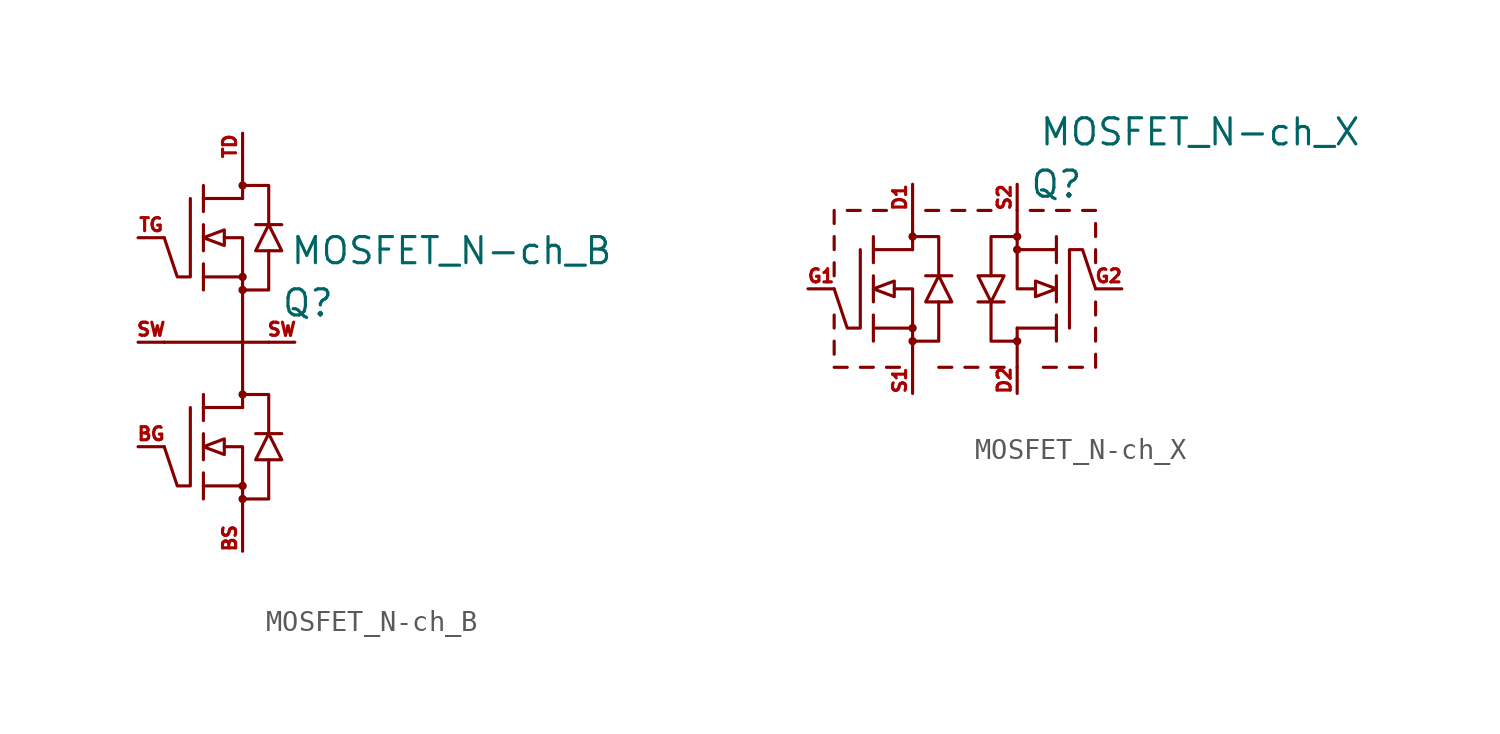
<source format=kicad_sym>
(kicad_symbol_lib
  (version 20211014)
  (generator kicad_symbol_editor)
  (symbol "MOSFET_N-ch_B"
    (pin_names hide)
    (property "Reference" "Q"
      (at 3.175 1.905 0)
      (effects (font (size 1.27 1.27))))
    (property "Value" "MOSFET_N-ch_B"
      (at 10.16 4.445 0)
      (effects (font (size 1.27 1.27))))
    (symbol "MOSFET_N-ch_B_0_1"
      (circle (center 0 -7.62) (radius 0.127) (stroke (width 0) (type default) (color 0 0 0 0)) (fill (type outline)))
      (circle (center 0 -6.985) (radius 0.127) (stroke (width 0) (type default) (color 0 0 0 0)) (fill (type outline)))
      (circle (center 0 -2.54) (radius 0.127) (stroke (width 0) (type default) (color 0 0 0 0)) (fill (type outline)))
      (polyline (pts (xy -3.81 0) (xy 0 0)) (stroke (width 0) (type default) (color 0 0 0 0)) (fill (type none)))
      (polyline (pts (xy -1.905 -6.985) (xy 0 -6.985)) (stroke (width 0) (type default) (color 0 0 0 0)) (fill (type none)))
      (polyline (pts (xy -1.905 -6.35) (xy -1.905 -7.62)) (stroke (width 0) (type default) (color 0 0 0 0)) (fill (type none)))
      (polyline (pts (xy -1.905 -4.445) (xy -1.905 -5.715)) (stroke (width 0) (type default) (color 0 0 0 0)) (fill (type none)))
      (polyline (pts (xy -1.905 -3.175) (xy 0 -3.175)) (stroke (width 0) (type default) (color 0 0 0 0)) (fill (type none)))
      (polyline (pts (xy -1.905 -2.54) (xy -1.905 -3.81)) (stroke (width 0) (type default) (color 0 0 0 0)) (fill (type none)))
      (polyline (pts (xy -1.905 3.175) (xy 0 3.175)) (stroke (width 0) (type default) (color 0 0 0 0)) (fill (type none)))
      (polyline (pts (xy -1.905 3.81) (xy -1.905 2.54)) (stroke (width 0) (type default) (color 0 0 0 0)) (fill (type none)))
      (polyline (pts (xy -1.905 5.715) (xy -1.905 4.445)) (stroke (width 0) (type default) (color 0 0 0 0)) (fill (type none)))
      (polyline (pts (xy -1.905 6.985) (xy 0 6.985)) (stroke (width 0) (type default) (color 0 0 0 0)) (fill (type none)))
      (polyline (pts (xy -1.905 7.62) (xy -1.905 6.35)) (stroke (width 0) (type default) (color 0 0 0 0)) (fill (type none)))
      (polyline (pts (xy 0 -6.985) (xy 0 -8.89)) (stroke (width 0) (type default) (color 0 0 0 0)) (fill (type none)))
      (polyline (pts (xy 0 -3.175) (xy 0 0)) (stroke (width 0) (type default) (color 0 0 0 0)) (fill (type none)))
      (polyline (pts (xy 0 3.175) (xy 0 0)) (stroke (width 0) (type default) (color 0 0 0 0)) (fill (type none)))
      (polyline (pts (xy 0 8.89) (xy 0 6.985)) (stroke (width 0) (type default) (color 0 0 0 0)) (fill (type none)))
      (polyline (pts (xy 0.635 -4.445) (xy 1.905 -4.445)) (stroke (width 0) (type default) (color 0 0 0 0)) (fill (type none)))
      (polyline (pts (xy 0.635 5.715) (xy 1.905 5.715)) (stroke (width 0) (type default) (color 0 0 0 0)) (fill (type none)))
      (polyline (pts (xy 1.27 0) (xy 0 0)) (stroke (width 0) (type default) (color 0 0 0 0)) (fill (type none)))
      (polyline (pts (xy -0.889 -5.08) (xy 0 -5.08) (xy 0 -6.985)) (stroke (width 0) (type default) (color 0 0 0 0)) (fill (type none)))
      (polyline (pts (xy -0.889 5.08) (xy 0 5.08) (xy 0 3.175)) (stroke (width 0) (type default) (color 0 0 0 0)) (fill (type none)))
      (polyline (pts (xy 0 -7.62) (xy 1.27 -7.62) (xy 1.27 -5.715)) (stroke (width 0) (type default) (color 0 0 0 0)) (fill (type none)))
      (polyline (pts (xy 0 -2.54) (xy 1.27 -2.54) (xy 1.27 -4.445)) (stroke (width 0) (type default) (color 0 0 0 0)) (fill (type none)))
      (polyline (pts (xy 0 2.54) (xy 1.27 2.54) (xy 1.27 4.445)) (stroke (width 0) (type default) (color 0 0 0 0)) (fill (type none)))
      (polyline (pts (xy 0 7.62) (xy 1.27 7.62) (xy 1.27 5.715)) (stroke (width 0) (type default) (color 0 0 0 0)) (fill (type none)))
      (polyline (pts (xy -2.54 -3.175) (xy -2.54 -6.985) (xy -3.175 -6.985) (xy -3.81 -5.08)) (stroke (width 0) (type default) (color 0 0 0 0)) (fill (type none)))
      (polyline (pts (xy -2.54 6.985) (xy -2.54 3.175) (xy -3.175 3.175) (xy -3.81 5.08)) (stroke (width 0) (type default) (color 0 0 0 0)) (fill (type none)))
      (polyline (pts (xy -1.905 -5.08) (xy -0.889 -4.699) (xy -0.889 -5.461) (xy -1.905 -5.08)) (stroke (width 0) (type default) (color 0 0 0 0)) (fill (type none)))
      (polyline (pts (xy -1.905 5.08) (xy -0.889 5.461) (xy -0.889 4.699) (xy -1.905 5.08)) (stroke (width 0) (type default) (color 0 0 0 0)) (fill (type none)))
      (polyline (pts (xy 1.27 -4.445) (xy 0.635 -5.715) (xy 1.905 -5.715) (xy 1.27 -4.445)) (stroke (width 0) (type default) (color 0 0 0 0)) (fill (type none)))
      (polyline (pts (xy 1.27 5.715) (xy 0.635 4.445) (xy 1.905 4.445) (xy 1.27 5.715)) (stroke (width 0) (type default) (color 0 0 0 0)) (fill (type none)))
      (circle (center 0 2.54) (radius 0.127) (stroke (width 0) (type default) (color 0 0 0 0)) (fill (type outline)))
      (circle (center 0 3.175) (radius 0.127) (stroke (width 0) (type default) (color 0 0 0 0)) (fill (type outline)))
      (circle (center 0 7.62) (radius 0.127) (stroke (width 0) (type default) (color 0 0 0 0)) (fill (type outline))))
    (symbol "MOSFET_N-ch_B_1_1"
      (pin passive line (at -5.08 -5.08 0) (length 1.27) (name "Gate_bottom" (effects (font (size 0.635 0.635)))) (number "BG" (effects (font (size 0.635 0.635)))))
      (pin passive line (at 0 -10.16 90) (length 1.27) (name "Source_bottom" (effects (font (size 0.635 0.635)))) (number "BS" (effects (font (size 0.635 0.635)))))
      (pin passive line (at -5.08 0 0) (length 1.27) (name "Switch" (effects (font (size 0.635 0.635)))) (number "SW" (effects (font (size 0.635 0.635)))))
      (pin passive line (at 2.54 0 180) (length 1.27) (name "Switch" (effects (font (size 0.635 0.635)))) (number "SW" (effects (font (size 0.635 0.635)))))
      (pin passive line (at 0 10.16 270) (length 1.27) (name "Drain_top" (effects (font (size 0.635 0.635)))) (number "TD" (effects (font (size 0.635 0.635)))))
      (pin passive line (at -5.08 5.08 0) (length 1.27) (name "Gate_top" (effects (font (size 0.635 0.635)))) (number "TG" (effects (font (size 0.635 0.635)))))))
  (symbol "MOSFET_N-ch_X"
    (pin_names hide)
    (property "Reference" "Q"
      (at 4.445 5.08 0)
      (effects (font (size 1.27 1.27))))
    (property "Value" "MOSFET_N-ch_X"
      (at 11.43 7.62 0)
      (effects (font (size 1.27 1.27))))
    (symbol "MOSFET_N-ch_X_0_1"
      (circle (center -2.54 -2.54) (radius 0.127) (stroke (width 0) (type default) (color 0 0 0 0)) (fill (type outline)))
      (circle (center -2.54 -1.905) (radius 0.127) (stroke (width 0) (type default) (color 0 0 0 0)) (fill (type outline)))
      (circle (center -2.54 2.54) (radius 0.127) (stroke (width 0) (type default) (color 0 0 0 0)) (fill (type outline)))
      (polyline (pts (xy -6.35 -3.175) (xy -6.35 -2.54)) (stroke (width 0) (type default) (color 0 0 0 0)) (fill (type none)))
      (polyline (pts (xy -6.35 -1.905) (xy -6.35 -1.27)) (stroke (width 0) (type default) (color 0 0 0 0)) (fill (type none)))
      (polyline (pts (xy -6.35 0.635) (xy -6.35 1.27)) (stroke (width 0) (type default) (color 0 0 0 0)) (fill (type none)))
      (polyline (pts (xy -6.35 1.905) (xy -6.35 2.54)) (stroke (width 0) (type default) (color 0 0 0 0)) (fill (type none)))
      (polyline (pts (xy -6.35 3.175) (xy -6.35 3.81)) (stroke (width 0) (type default) (color 0 0 0 0)) (fill (type none)))
      (polyline (pts (xy -5.715 -3.81) (xy -6.35 -3.81)) (stroke (width 0) (type default) (color 0 0 0 0)) (fill (type none)))
      (polyline (pts (xy -5.715 3.81) (xy -5.08 3.81)) (stroke (width 0) (type default) (color 0 0 0 0)) (fill (type none)))
      (polyline (pts (xy -4.445 -3.81) (xy -5.08 -3.81)) (stroke (width 0) (type default) (color 0 0 0 0)) (fill (type none)))
      (polyline (pts (xy -4.445 -1.905) (xy -2.54 -1.905)) (stroke (width 0) (type default) (color 0 0 0 0)) (fill (type none)))
      (polyline (pts (xy -4.445 -1.27) (xy -4.445 -2.54)) (stroke (width 0) (type default) (color 0 0 0 0)) (fill (type none)))
      (polyline (pts (xy -4.445 0.635) (xy -4.445 -0.635)) (stroke (width 0) (type default) (color 0 0 0 0)) (fill (type none)))
      (polyline (pts (xy -4.445 1.905) (xy -2.54 1.905)) (stroke (width 0) (type default) (color 0 0 0 0)) (fill (type none)))
      (polyline (pts (xy -4.445 2.54) (xy -4.445 1.27)) (stroke (width 0) (type default) (color 0 0 0 0)) (fill (type none)))
      (polyline (pts (xy -4.445 3.81) (xy -3.81 3.81)) (stroke (width 0) (type default) (color 0 0 0 0)) (fill (type none)))
      (polyline (pts (xy -3.175 -3.81) (xy -3.81 -3.81)) (stroke (width 0) (type default) (color 0 0 0 0)) (fill (type none)))
      (polyline (pts (xy -2.54 -1.905) (xy -2.54 -3.81)) (stroke (width 0) (type default) (color 0 0 0 0)) (fill (type none)))
      (polyline (pts (xy -2.54 3.81) (xy -2.54 1.905)) (stroke (width 0) (type default) (color 0 0 0 0)) (fill (type none)))
      (polyline (pts (xy -1.905 0.635) (xy -0.635 0.635)) (stroke (width 0) (type default) (color 0 0 0 0)) (fill (type none)))
      (polyline (pts (xy -1.905 3.81) (xy -1.27 3.81)) (stroke (width 0) (type default) (color 0 0 0 0)) (fill (type none)))
      (polyline (pts (xy -0.635 -3.81) (xy -1.27 -3.81)) (stroke (width 0) (type default) (color 0 0 0 0)) (fill (type none)))
      (polyline (pts (xy -0.635 3.81) (xy 0 3.81)) (stroke (width 0) (type default) (color 0 0 0 0)) (fill (type none)))
      (polyline (pts (xy 0.635 -3.81) (xy 0 -3.81)) (stroke (width 0) (type default) (color 0 0 0 0)) (fill (type none)))
      (polyline (pts (xy 0.635 3.81) (xy 1.27 3.81)) (stroke (width 0) (type default) (color 0 0 0 0)) (fill (type none)))
      (polyline (pts (xy 1.905 -3.81) (xy 1.27 -3.81)) (stroke (width 0) (type default) (color 0 0 0 0)) (fill (type none)))
      (polyline (pts (xy 1.905 -0.635) (xy 0.635 -0.635)) (stroke (width 0) (type default) (color 0 0 0 0)) (fill (type none)))
      (polyline (pts (xy 2.54 -3.81) (xy 2.54 -1.905)) (stroke (width 0) (type default) (color 0 0 0 0)) (fill (type none)))
      (polyline (pts (xy 2.54 1.905) (xy 2.54 3.81)) (stroke (width 0) (type default) (color 0 0 0 0)) (fill (type none)))
      (polyline (pts (xy 3.175 3.81) (xy 3.81 3.81)) (stroke (width 0) (type default) (color 0 0 0 0)) (fill (type none)))
      (polyline (pts (xy 4.445 -3.81) (xy 3.81 -3.81)) (stroke (width 0) (type default) (color 0 0 0 0)) (fill (type none)))
      (polyline (pts (xy 4.445 -2.54) (xy 4.445 -1.27)) (stroke (width 0) (type default) (color 0 0 0 0)) (fill (type none)))
      (polyline (pts (xy 4.445 -1.905) (xy 2.54 -1.905)) (stroke (width 0) (type default) (color 0 0 0 0)) (fill (type none)))
      (polyline (pts (xy 4.445 -0.635) (xy 4.445 0.635)) (stroke (width 0) (type default) (color 0 0 0 0)) (fill (type none)))
      (polyline (pts (xy 4.445 1.27) (xy 4.445 2.54)) (stroke (width 0) (type default) (color 0 0 0 0)) (fill (type none)))
      (polyline (pts (xy 4.445 1.905) (xy 2.54 1.905)) (stroke (width 0) (type default) (color 0 0 0 0)) (fill (type none)))
      (polyline (pts (xy 4.445 3.81) (xy 5.08 3.81)) (stroke (width 0) (type default) (color 0 0 0 0)) (fill (type none)))
      (polyline (pts (xy 5.715 -3.81) (xy 5.08 -3.81)) (stroke (width 0) (type default) (color 0 0 0 0)) (fill (type none)))
      (polyline (pts (xy 5.715 3.81) (xy 6.35 3.81)) (stroke (width 0) (type default) (color 0 0 0 0)) (fill (type none)))
      (polyline (pts (xy 6.35 -3.175) (xy 6.35 -3.81)) (stroke (width 0) (type default) (color 0 0 0 0)) (fill (type none)))
      (polyline (pts (xy 6.35 -1.905) (xy 6.35 -2.54)) (stroke (width 0) (type default) (color 0 0 0 0)) (fill (type none)))
      (polyline (pts (xy 6.35 -0.635) (xy 6.35 -1.27)) (stroke (width 0) (type default) (color 0 0 0 0)) (fill (type none)))
      (polyline (pts (xy 6.35 1.905) (xy 6.35 1.27)) (stroke (width 0) (type default) (color 0 0 0 0)) (fill (type none)))
      (polyline (pts (xy 6.35 3.175) (xy 6.35 2.54)) (stroke (width 0) (type default) (color 0 0 0 0)) (fill (type none)))
      (polyline (pts (xy -3.429 0) (xy -2.54 0) (xy -2.54 -1.905)) (stroke (width 0) (type default) (color 0 0 0 0)) (fill (type none)))
      (polyline (pts (xy -2.54 -2.54) (xy -1.27 -2.54) (xy -1.27 -0.635)) (stroke (width 0) (type default) (color 0 0 0 0)) (fill (type none)))
      (polyline (pts (xy -2.54 2.54) (xy -1.27 2.54) (xy -1.27 0.635)) (stroke (width 0) (type default) (color 0 0 0 0)) (fill (type none)))
      (polyline (pts (xy 2.54 -2.54) (xy 1.27 -2.54) (xy 1.27 -0.635)) (stroke (width 0) (type default) (color 0 0 0 0)) (fill (type none)))
      (polyline (pts (xy 2.54 2.54) (xy 1.27 2.54) (xy 1.27 0.635)) (stroke (width 0) (type default) (color 0 0 0 0)) (fill (type none)))
      (polyline (pts (xy 3.429 0) (xy 2.54 0) (xy 2.54 1.905)) (stroke (width 0) (type default) (color 0 0 0 0)) (fill (type none)))
      (polyline (pts (xy -5.08 1.905) (xy -5.08 -1.905) (xy -5.715 -1.905) (xy -6.35 0)) (stroke (width 0) (type default) (color 0 0 0 0)) (fill (type none)))
      (polyline (pts (xy -4.445 0) (xy -3.429 0.381) (xy -3.429 -0.381) (xy -4.445 0)) (stroke (width 0) (type default) (color 0 0 0 0)) (fill (type none)))
      (polyline (pts (xy -1.27 0.635) (xy -1.905 -0.635) (xy -0.635 -0.635) (xy -1.27 0.635)) (stroke (width 0) (type default) (color 0 0 0 0)) (fill (type none)))
      (polyline (pts (xy 1.27 -0.635) (xy 1.905 0.635) (xy 0.635 0.635) (xy 1.27 -0.635)) (stroke (width 0) (type default) (color 0 0 0 0)) (fill (type none)))
      (polyline (pts (xy 4.445 0) (xy 3.429 -0.381) (xy 3.429 0.381) (xy 4.445 0)) (stroke (width 0) (type default) (color 0 0 0 0)) (fill (type none)))
      (polyline (pts (xy 5.08 -1.905) (xy 5.08 1.905) (xy 5.715 1.905) (xy 6.35 0)) (stroke (width 0) (type default) (color 0 0 0 0)) (fill (type none)))
      (circle (center 2.54 -2.54) (radius 0.127) (stroke (width 0) (type default) (color 0 0 0 0)) (fill (type outline)))
      (circle (center 2.54 1.905) (radius 0.127) (stroke (width 0) (type default) (color 0 0 0 0)) (fill (type outline)))
      (circle (center 2.54 2.54) (radius 0.127) (stroke (width 0) (type default) (color 0 0 0 0)) (fill (type outline))))
    (symbol "MOSFET_N-ch_X_1_1"
      (pin passive line (at -2.54 5.08 270) (length 1.27) (name "Drain" (effects (font (size 0.635 0.635)))) (number "D1" (effects (font (size 0.635 0.635)))))
      (pin passive line (at 2.54 -5.08 90) (length 1.27) (name "Drain" (effects (font (size 0.635 0.635)))) (number "D2" (effects (font (size 0.635 0.635)))))
      (pin passive line (at -7.62 0 0) (length 1.27) (name "Gate" (effects (font (size 0.635 0.635)))) (number "G1" (effects (font (size 0.635 0.635)))))
      (pin passive line (at 7.62 0 180) (length 1.27) (name "Gate" (effects (font (size 0.635 0.635)))) (number "G2" (effects (font (size 0.635 0.635)))))
      (pin passive line (at -2.54 -5.08 90) (length 1.27) (name "Source" (effects (font (size 0.635 0.635)))) (number "S1" (effects (font (size 0.635 0.635)))))
      (pin passive line (at 2.54 5.08 270) (length 1.27) (name "Source" (effects (font (size 0.635 0.635)))) (number "S2" (effects (font (size 0.635 0.635))))))))
</source>
